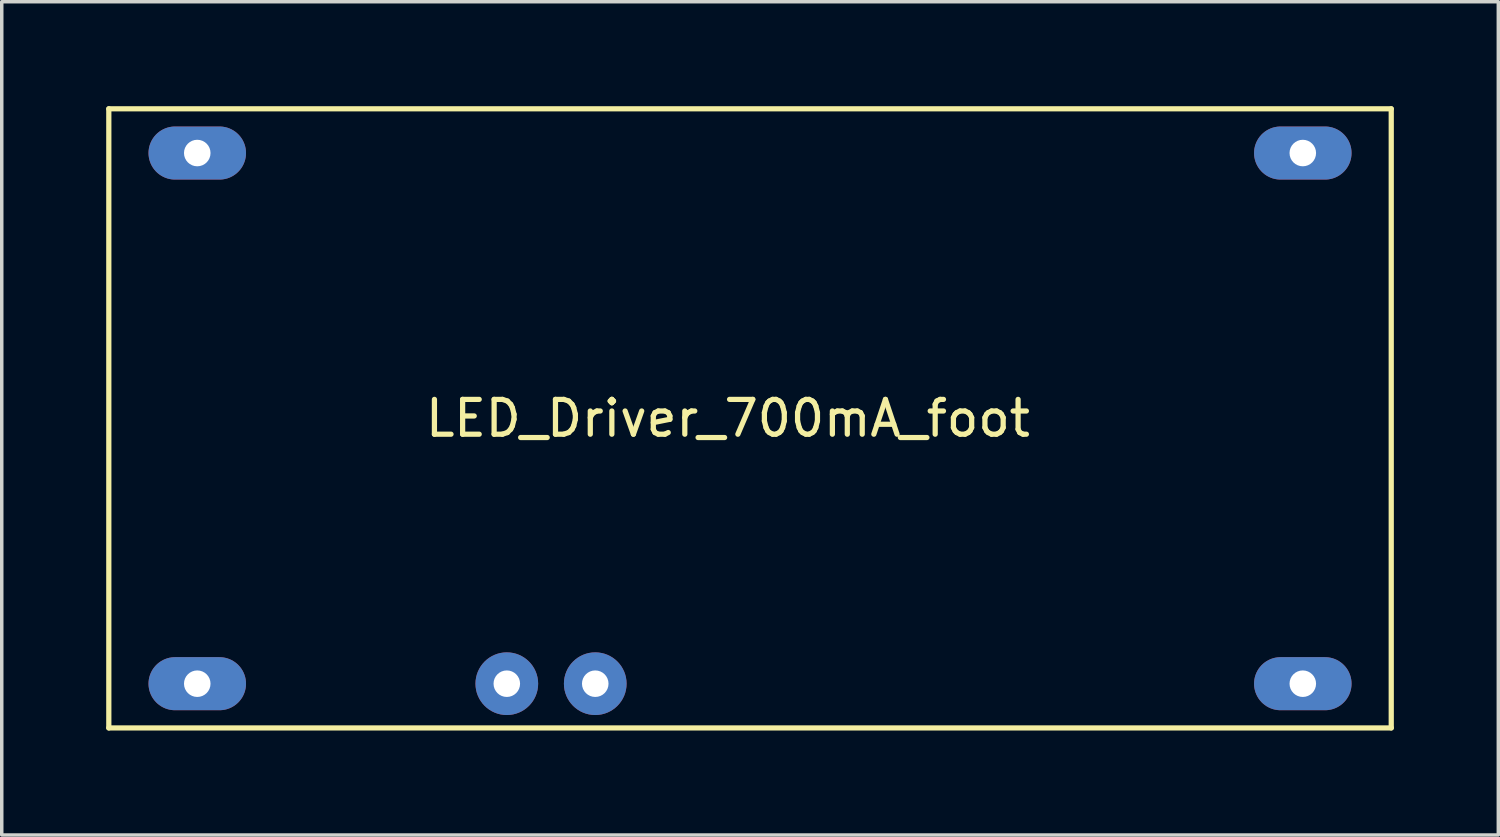
<source format=kicad_pcb>
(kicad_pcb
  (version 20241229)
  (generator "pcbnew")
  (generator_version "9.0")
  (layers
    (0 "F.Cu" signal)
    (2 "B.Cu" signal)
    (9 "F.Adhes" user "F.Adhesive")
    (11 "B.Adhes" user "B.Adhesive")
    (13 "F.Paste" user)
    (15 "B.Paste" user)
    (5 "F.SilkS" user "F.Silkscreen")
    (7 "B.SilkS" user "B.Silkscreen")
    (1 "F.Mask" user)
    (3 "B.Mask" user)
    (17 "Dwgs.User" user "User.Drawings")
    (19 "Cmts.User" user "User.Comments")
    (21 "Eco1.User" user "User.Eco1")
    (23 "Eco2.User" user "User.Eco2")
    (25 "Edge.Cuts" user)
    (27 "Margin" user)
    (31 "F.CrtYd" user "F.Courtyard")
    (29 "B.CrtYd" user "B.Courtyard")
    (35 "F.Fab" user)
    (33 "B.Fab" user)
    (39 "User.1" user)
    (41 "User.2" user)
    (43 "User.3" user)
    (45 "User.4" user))
  (footprint "LED_Driver_700mA_foot"
    (layer "F.Cu")
    (at 17.855 8.965)
    (property "Reference" "LED_Driver_700mA_foot" (at 0 0 0) (layer "F.SilkS") (effects (font (size 1 1) (thickness 0.15))))
    (attr through_hole)
    (fp_line (start -17.78 -8.89) (end 19.05 -8.89) (stroke (width 0.15) (type solid)) (layer "F.SilkS"))
    (fp_line (start -17.78 8.89) (end -17.78 -8.89) (stroke (width 0.15) (type solid)) (layer "F.SilkS"))
    (fp_line (start 19.05 -8.89) (end 19.05 8.89) (stroke (width 0.15) (type solid)) (layer "F.SilkS"))
    (fp_line (start 19.05 8.89) (end -17.78 8.89) (stroke (width 0.15) (type solid)) (layer "F.SilkS"))
    (pad "1" thru_hole oval (at -15.24 7.62) (size 2.8 1.524) (drill 0.762) (layers "*.Cu" "*.Mask"))
    (pad "2" thru_hole oval (at -15.24 -7.62) (size 2.8 1.524) (drill 0.762) (layers "*.Cu" "*.Mask"))
    (pad "3" thru_hole oval (at 16.51 7.62) (size 2.8 1.524) (drill 0.762) (layers "*.Cu" "*.Mask"))
    (pad "4" thru_hole oval (at 16.51 -7.62) (size 2.8 1.524) (drill 0.762) (layers "*.Cu" "*.Mask"))
    (pad "5" thru_hole circle (at -6.35 7.62) (size 1.8 1.8) (drill 0.762) (layers "*.Cu" "*.Mask"))
    (pad "6" thru_hole circle (at -3.81 7.62) (size 1.8 1.8) (drill 0.762) (layers "*.Cu" "*.Mask")))
  (gr_rect
    (start -3 -3)
    (end 39.98 20.93)
    (stroke (width 0.1) (type default))
    (fill no)
    (layer "Edge.Cuts")))
</source>
